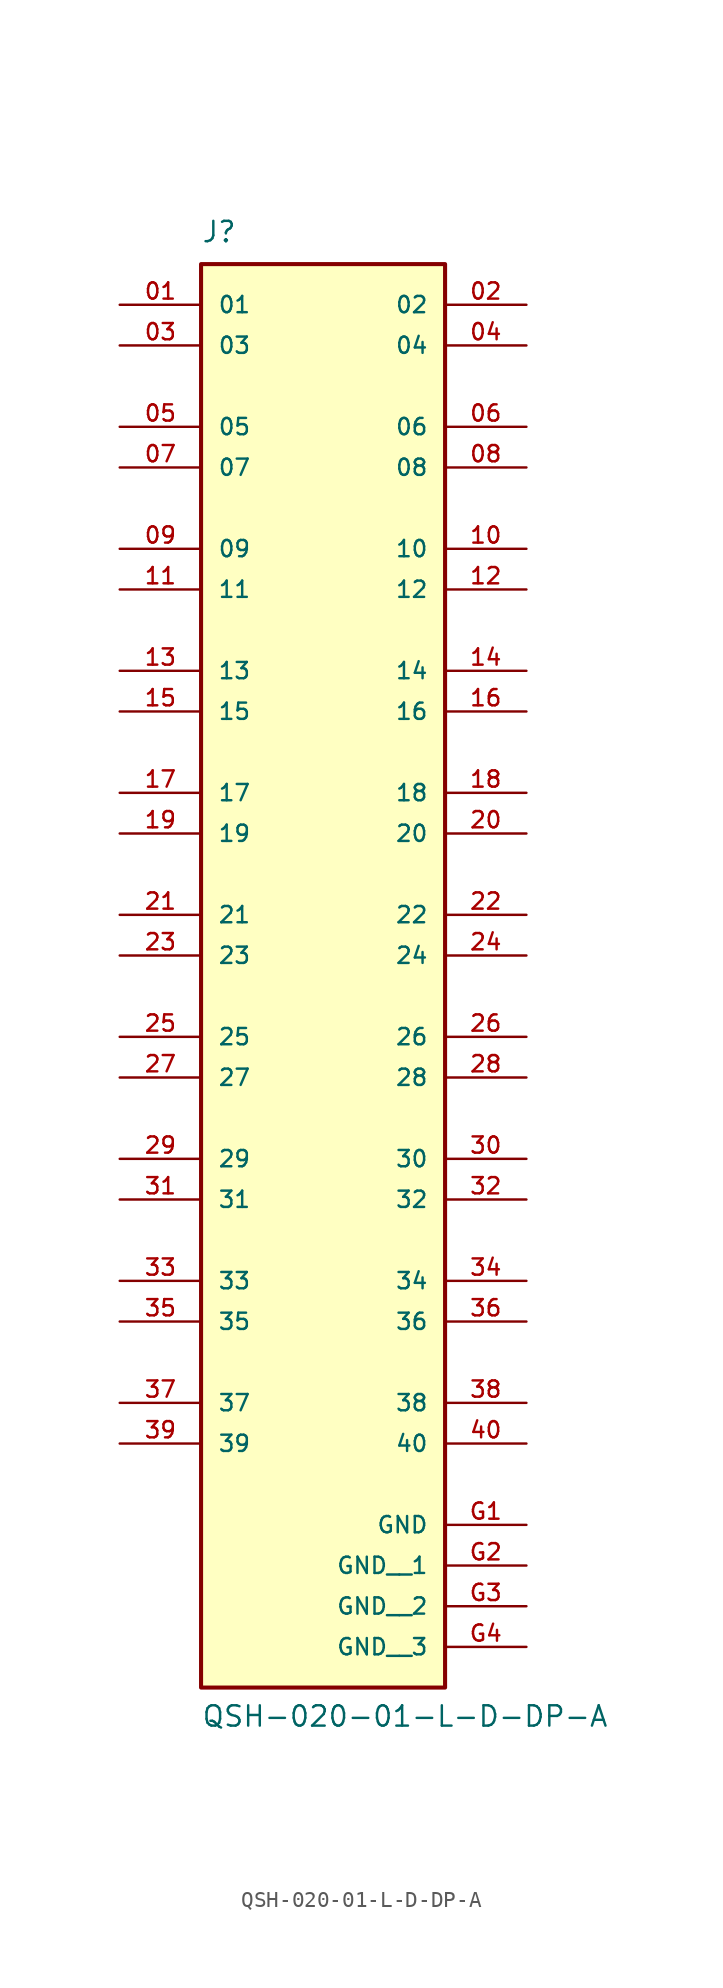
<source format=kicad_sym>
(kicad_symbol_lib
  (version 20211014)
  (generator kicad_symbol_editor)
  (symbol "QSH-020-01-L-D-DP-A"
    (pin_names
      (offset 1.016))
    (property "Reference" "J"
      (at -7.62 41.91 0)
      (effects (font (size 1.27 1.27)) (justify bottom left)))
    (property "Value" "QSH-020-01-L-D-DP-A"
      (at -7.62 -50.8 0)
      (effects (font (size 1.27 1.27)) (justify bottom left)))
    (symbol "QSH-020-01-L-D-DP-A_0_0"
      (rectangle (start -7.62 -48.26) (end 7.62 40.64) (stroke (width 0.254)) (fill (type background)))
      (pin passive line (at -12.7 38.1 0) (length 5.08) (name "01" (effects (font (size 1.016 1.016)))) (number "01" (effects (font (size 1.016 1.016)))))
      (pin passive line (at 12.7 38.1 180.0) (length 5.08) (name "02" (effects (font (size 1.016 1.016)))) (number "02" (effects (font (size 1.016 1.016)))))
      (pin passive line (at -12.7 35.56 0) (length 5.08) (name "03" (effects (font (size 1.016 1.016)))) (number "03" (effects (font (size 1.016 1.016)))))
      (pin passive line (at 12.7 35.56 180.0) (length 5.08) (name "04" (effects (font (size 1.016 1.016)))) (number "04" (effects (font (size 1.016 1.016)))))
      (pin power_in line (at 12.7 -38.1 180.0) (length 5.08) (name "GND" (effects (font (size 1.016 1.016)))) (number "G1" (effects (font (size 1.016 1.016)))))
      (pin passive line (at -12.7 30.48 0) (length 5.08) (name "05" (effects (font (size 1.016 1.016)))) (number "05" (effects (font (size 1.016 1.016)))))
      (pin passive line (at 12.7 30.48 180.0) (length 5.08) (name "06" (effects (font (size 1.016 1.016)))) (number "06" (effects (font (size 1.016 1.016)))))
      (pin passive line (at -12.7 27.94 0) (length 5.08) (name "07" (effects (font (size 1.016 1.016)))) (number "07" (effects (font (size 1.016 1.016)))))
      (pin passive line (at 12.7 27.94 180.0) (length 5.08) (name "08" (effects (font (size 1.016 1.016)))) (number "08" (effects (font (size 1.016 1.016)))))
      (pin passive line (at -12.7 22.86 0) (length 5.08) (name "09" (effects (font (size 1.016 1.016)))) (number "09" (effects (font (size 1.016 1.016)))))
      (pin passive line (at 12.7 22.86 180.0) (length 5.08) (name "10" (effects (font (size 1.016 1.016)))) (number "10" (effects (font (size 1.016 1.016)))))
      (pin passive line (at -12.7 20.32 0) (length 5.08) (name "11" (effects (font (size 1.016 1.016)))) (number "11" (effects (font (size 1.016 1.016)))))
      (pin passive line (at 12.7 20.32 180.0) (length 5.08) (name "12" (effects (font (size 1.016 1.016)))) (number "12" (effects (font (size 1.016 1.016)))))
      (pin passive line (at -12.7 15.24 0) (length 5.08) (name "13" (effects (font (size 1.016 1.016)))) (number "13" (effects (font (size 1.016 1.016)))))
      (pin passive line (at 12.7 15.24 180.0) (length 5.08) (name "14" (effects (font (size 1.016 1.016)))) (number "14" (effects (font (size 1.016 1.016)))))
      (pin passive line (at -12.7 12.7 0) (length 5.08) (name "15" (effects (font (size 1.016 1.016)))) (number "15" (effects (font (size 1.016 1.016)))))
      (pin passive line (at 12.7 12.7 180.0) (length 5.08) (name "16" (effects (font (size 1.016 1.016)))) (number "16" (effects (font (size 1.016 1.016)))))
      (pin passive line (at -12.7 7.62 0) (length 5.08) (name "17" (effects (font (size 1.016 1.016)))) (number "17" (effects (font (size 1.016 1.016)))))
      (pin passive line (at 12.7 7.62 180.0) (length 5.08) (name "18" (effects (font (size 1.016 1.016)))) (number "18" (effects (font (size 1.016 1.016)))))
      (pin passive line (at -12.7 5.08 0) (length 5.08) (name "19" (effects (font (size 1.016 1.016)))) (number "19" (effects (font (size 1.016 1.016)))))
      (pin passive line (at 12.7 5.08 180.0) (length 5.08) (name "20" (effects (font (size 1.016 1.016)))) (number "20" (effects (font (size 1.016 1.016)))))
      (pin passive line (at -12.7 0.0 0) (length 5.08) (name "21" (effects (font (size 1.016 1.016)))) (number "21" (effects (font (size 1.016 1.016)))))
      (pin passive line (at 12.7 0.0 180.0) (length 5.08) (name "22" (effects (font (size 1.016 1.016)))) (number "22" (effects (font (size 1.016 1.016)))))
      (pin passive line (at -12.7 -2.54 0) (length 5.08) (name "23" (effects (font (size 1.016 1.016)))) (number "23" (effects (font (size 1.016 1.016)))))
      (pin passive line (at 12.7 -2.54 180.0) (length 5.08) (name "24" (effects (font (size 1.016 1.016)))) (number "24" (effects (font (size 1.016 1.016)))))
      (pin passive line (at -12.7 -7.62 0) (length 5.08) (name "25" (effects (font (size 1.016 1.016)))) (number "25" (effects (font (size 1.016 1.016)))))
      (pin passive line (at 12.7 -7.62 180.0) (length 5.08) (name "26" (effects (font (size 1.016 1.016)))) (number "26" (effects (font (size 1.016 1.016)))))
      (pin passive line (at -12.7 -10.16 0) (length 5.08) (name "27" (effects (font (size 1.016 1.016)))) (number "27" (effects (font (size 1.016 1.016)))))
      (pin passive line (at 12.7 -10.16 180.0) (length 5.08) (name "28" (effects (font (size 1.016 1.016)))) (number "28" (effects (font (size 1.016 1.016)))))
      (pin passive line (at -12.7 -15.24 0) (length 5.08) (name "29" (effects (font (size 1.016 1.016)))) (number "29" (effects (font (size 1.016 1.016)))))
      (pin passive line (at 12.7 -15.24 180.0) (length 5.08) (name "30" (effects (font (size 1.016 1.016)))) (number "30" (effects (font (size 1.016 1.016)))))
      (pin passive line (at -12.7 -17.78 0) (length 5.08) (name "31" (effects (font (size 1.016 1.016)))) (number "31" (effects (font (size 1.016 1.016)))))
      (pin passive line (at 12.7 -17.78 180.0) (length 5.08) (name "32" (effects (font (size 1.016 1.016)))) (number "32" (effects (font (size 1.016 1.016)))))
      (pin passive line (at -12.7 -22.86 0) (length 5.08) (name "33" (effects (font (size 1.016 1.016)))) (number "33" (effects (font (size 1.016 1.016)))))
      (pin passive line (at 12.7 -22.86 180.0) (length 5.08) (name "34" (effects (font (size 1.016 1.016)))) (number "34" (effects (font (size 1.016 1.016)))))
      (pin passive line (at -12.7 -25.4 0) (length 5.08) (name "35" (effects (font (size 1.016 1.016)))) (number "35" (effects (font (size 1.016 1.016)))))
      (pin passive line (at 12.7 -25.4 180.0) (length 5.08) (name "36" (effects (font (size 1.016 1.016)))) (number "36" (effects (font (size 1.016 1.016)))))
      (pin passive line (at -12.7 -30.48 0) (length 5.08) (name "37" (effects (font (size 1.016 1.016)))) (number "37" (effects (font (size 1.016 1.016)))))
      (pin passive line (at 12.7 -30.48 180.0) (length 5.08) (name "38" (effects (font (size 1.016 1.016)))) (number "38" (effects (font (size 1.016 1.016)))))
      (pin passive line (at -12.7 -33.02 0) (length 5.08) (name "39" (effects (font (size 1.016 1.016)))) (number "39" (effects (font (size 1.016 1.016)))))
      (pin passive line (at 12.7 -33.02 180.0) (length 5.08) (name "40" (effects (font (size 1.016 1.016)))) (number "40" (effects (font (size 1.016 1.016)))))
      (pin power_in line (at 12.7 -40.64 180.0) (length 5.08) (name "GND__1" (effects (font (size 1.016 1.016)))) (number "G2" (effects (font (size 1.016 1.016)))))
      (pin power_in line (at 12.7 -43.18 180.0) (length 5.08) (name "GND__2" (effects (font (size 1.016 1.016)))) (number "G3" (effects (font (size 1.016 1.016)))))
      (pin power_in line (at 12.7 -45.72 180.0) (length 5.08) (name "GND__3" (effects (font (size 1.016 1.016)))) (number "G4" (effects (font (size 1.016 1.016))))))))
</source>
